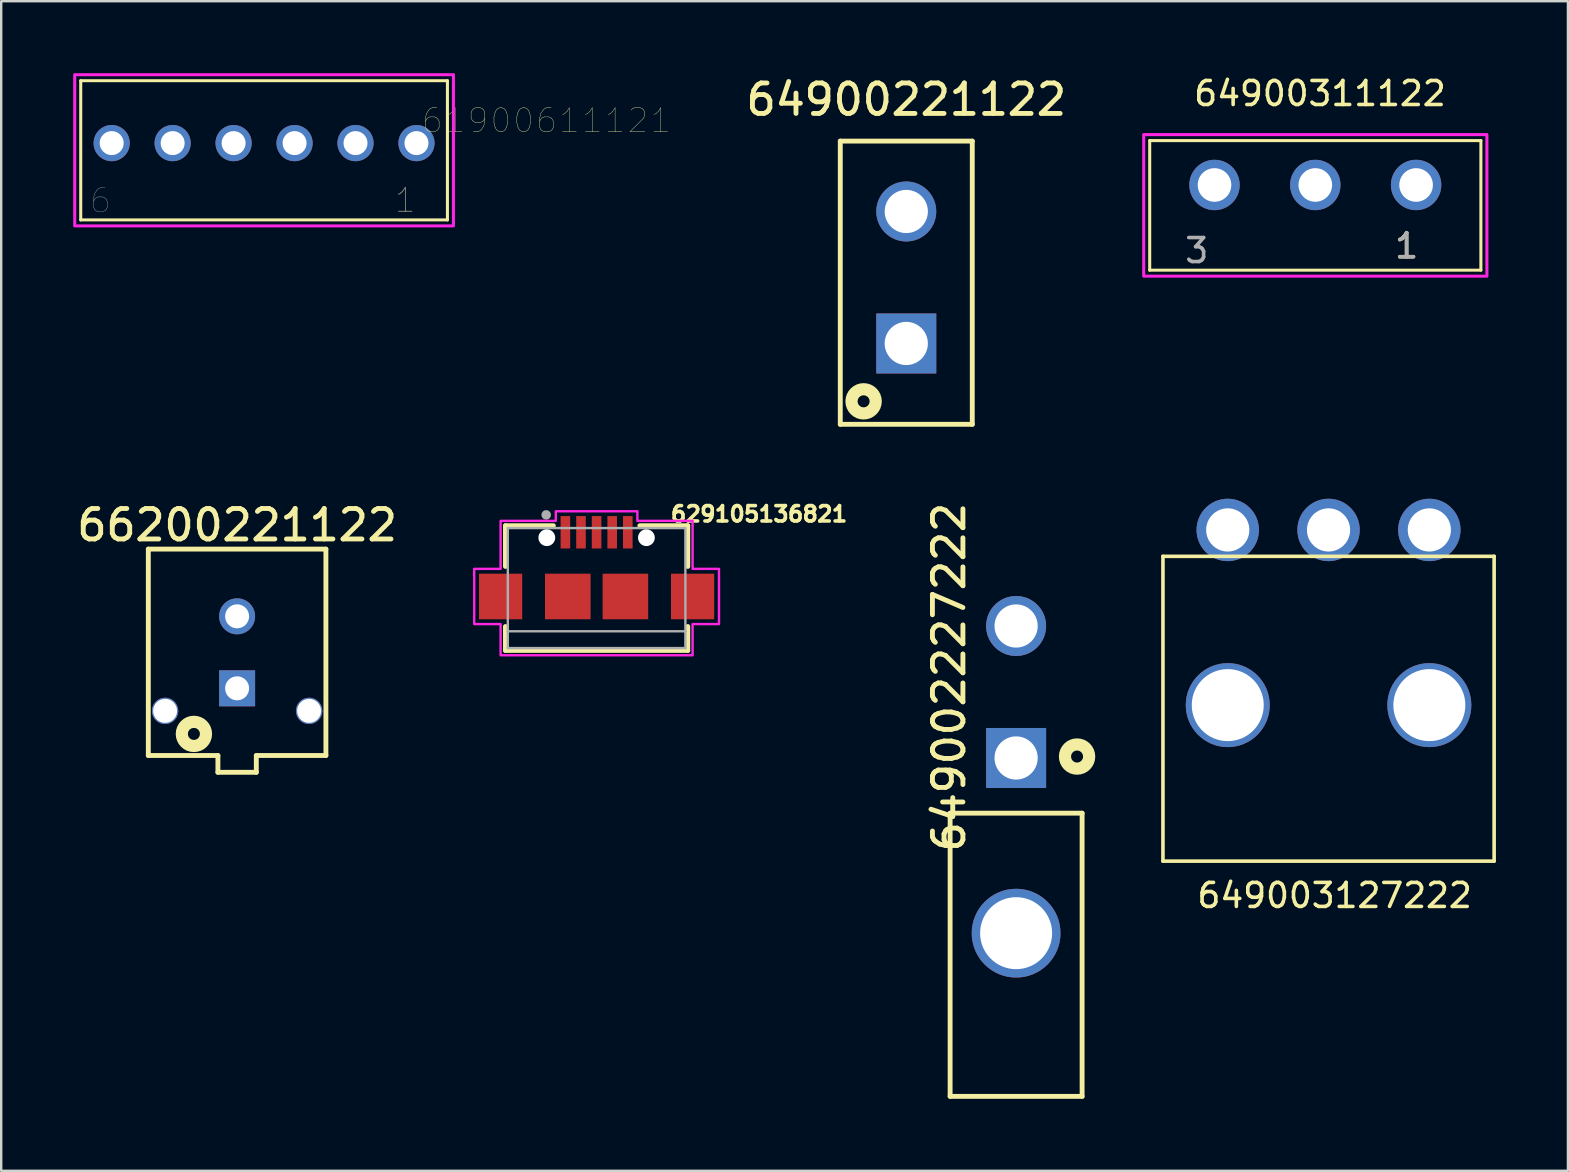
<source format=kicad_pcb>
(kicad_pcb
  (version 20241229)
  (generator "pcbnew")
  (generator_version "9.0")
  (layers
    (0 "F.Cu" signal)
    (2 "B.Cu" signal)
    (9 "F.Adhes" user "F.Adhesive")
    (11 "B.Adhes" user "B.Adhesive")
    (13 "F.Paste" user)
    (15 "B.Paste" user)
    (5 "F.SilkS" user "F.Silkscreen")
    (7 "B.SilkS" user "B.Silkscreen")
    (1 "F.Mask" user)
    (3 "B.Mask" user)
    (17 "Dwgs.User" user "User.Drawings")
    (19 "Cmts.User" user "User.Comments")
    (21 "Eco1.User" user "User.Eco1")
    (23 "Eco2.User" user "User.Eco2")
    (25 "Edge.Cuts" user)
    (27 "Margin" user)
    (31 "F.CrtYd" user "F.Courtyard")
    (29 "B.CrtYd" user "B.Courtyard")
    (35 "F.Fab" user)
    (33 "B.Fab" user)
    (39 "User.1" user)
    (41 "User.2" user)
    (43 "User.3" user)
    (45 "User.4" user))
  (footprint "64900311122"
    (layer "F.Cu")
    (at 51.758 4.658)
    (property "Reference" "64900311122" (at 0.195 -3.81 0) (layer "F.SilkS") (effects (font (size 1 1) (thickness 0.15))))
    (attr through_hole)
    (fp_line (start -6.9 -1.85) (end 6.9 -1.85) (stroke (width 0.127) (type solid)) (layer "F.SilkS"))
    (fp_line (start -6.9 3.55) (end -6.9 -1.85) (stroke (width 0.127) (type solid)) (layer "F.SilkS"))
    (fp_line (start 6.9 -1.85) (end 6.9 3.55) (stroke (width 0.127) (type solid)) (layer "F.SilkS"))
    (fp_line (start 6.9 3.55) (end -6.9 3.55) (stroke (width 0.127) (type solid)) (layer "F.SilkS"))
    (fp_poly (pts (xy -7.15 -2.1) (xy 7.15 -2.1) (xy 7.15 3.8) (xy -7.15 3.8)) (stroke (width 0.127) (type solid)) (fill no) (layer "F.CrtYd"))
    (fp_text user "1" (at 3.805 2.535 0) (layer "F.SilkS") (effects (font (size 1 1) (thickness 0.15))))
    (fp_text user "1" (at 3.805 2.535 0) (layer "F.Fab") (effects (font (size 1 1) (thickness 0.15))))
    (fp_text user "3" (at -4.94 2.735 0) (layer "F.Fab") (effects (font (size 1 1) (thickness 0.15))))
    (pad "1" thru_hole circle (at 4.2 0) (size 2.1 2.1) (drill 1.4) (layers "*.Cu" "*.Mask"))
    (pad "2" thru_hole circle (at 0 0) (size 2.1 2.1) (drill 1.4) (layers "*.Cu" "*.Mask"))
    (pad "3" thru_hole circle (at -4.2 0) (size 2.1 2.1) (drill 1.4) (layers "*.Cu" "*.Mask")))
  (footprint "649003127222"
    (layer "F.Cu")
    (at 52.31 19.032)
    (property "Reference" "649003127222" (at 0.254 15.232 0) (layer "F.SilkS") (effects (font (size 1 1) (thickness 0.15))))
    (attr through_hole)
    (fp_line (start -6.9 1.1) (end -6.9 13.8) (stroke (width 0.15) (type solid)) (layer "F.SilkS"))
    (fp_line (start -6.9 1.1) (end 6.9 1.1) (stroke (width 0.15) (type solid)) (layer "F.SilkS"))
    (fp_line (start -6.9 13.8) (end 6.9 13.8) (stroke (width 0.15) (type solid)) (layer "F.SilkS"))
    (fp_line (start 6.9 1.1) (end 6.9 13.8) (stroke (width 0.15) (type solid)) (layer "F.SilkS"))
    (pad "" np_thru_hole circle (at -4.2 7.3) (size 3.5 3.5) (drill 3) (layers "*.Cu" "*.Mask"))
    (pad "" np_thru_hole circle (at 4.2 7.3) (size 3.5 3.5) (drill 3) (layers "*.Cu" "*.Mask"))
    (pad "1" thru_hole circle (at 4.2 0) (size 2.6 2.6) (drill 1.8) (layers "*.Cu" "*.Mask"))
    (pad "2" thru_hole circle (at 0 0) (size 2.6 2.6) (drill 1.8) (layers "*.Cu" "*.Mask"))
    (pad "3" thru_hole circle (at -4.2 0) (size 2.6 2.6) (drill 1.8) (layers "*.Cu" "*.Mask")))
  (footprint "649002227222"
    (layer "F.Cu")
    (at 39.291 35.835)
    (property "Reference" "649002227222" (at -2.794 -10.668 90) (layer "F.SilkS") (effects (font (size 1.27 1.27) (thickness 0.203))))
    (attr through_hole)
    (fp_line (start -2.75 -5) (end -2.75 6.8) (stroke (width 0.203) (type solid)) (layer "F.SilkS"))
    (fp_line (start -2.75 -5) (end 2.75 -5) (stroke (width 0.203) (type solid)) (layer "F.SilkS"))
    (fp_line (start -2.75 6.8) (end 2.75 6.8) (stroke (width 0.203) (type solid)) (layer "F.SilkS"))
    (fp_line (start 2.75 -5) (end 2.75 6.8) (stroke (width 0.203) (type solid)) (layer "F.SilkS"))
    (fp_circle (center 2.54 -7.36) (end 2.78 -7.43) (stroke (width 0.508) (type solid)) (fill no) (layer "F.SilkS"))
    (pad "1" thru_hole rect (at 0 -7.3) (size 2.5 2.5) (drill 1.8) (layers "*.Cu" "*.Mask"))
    (pad "2" thru_hole circle (at 0 -12.8) (size 2.5 2.5) (drill 1.8) (layers "*.Cu" "*.Mask"))
    (pad "3" thru_hole circle (at 0 0) (size 3.7 3.7) (drill 3) (layers "*.Cu" "*.Mask")))
  (footprint "66200221122"
    (layer "F.Cu")
    (at 6.83 22.632)
    (property "Reference" "66200221122" (at 0 -3.8 0) (layer "F.SilkS") (effects (font (size 1.27 1.27) (thickness 0.203))))
    (attr through_hole)
    (fp_line (start -3.7 -2.8) (end -3.7 5.8) (stroke (width 0.203) (type solid)) (layer "F.SilkS"))
    (fp_line (start -3.7 -2.8) (end 3.7 -2.8) (stroke (width 0.203) (type solid)) (layer "F.SilkS"))
    (fp_line (start -3.7 5.8) (end -0.8 5.8) (stroke (width 0.203) (type solid)) (layer "F.SilkS"))
    (fp_line (start -0.8 6.5) (end -0.8 5.8) (stroke (width 0.203) (type solid)) (layer "F.SilkS"))
    (fp_line (start -0.8 6.5) (end 0.8 6.5) (stroke (width 0.203) (type solid)) (layer "F.SilkS"))
    (fp_line (start 0.8 5.8) (end 3.7 5.8) (stroke (width 0.203) (type solid)) (layer "F.SilkS"))
    (fp_line (start 0.8 6.5) (end 0.8 5.8) (stroke (width 0.203) (type solid)) (layer "F.SilkS"))
    (fp_line (start 3.7 -2.8) (end 3.7 5.8) (stroke (width 0.203) (type solid)) (layer "F.SilkS"))
    (fp_circle (center -1.8 4.9) (end -1.56 4.83) (stroke (width 0.508) (type solid)) (fill no) (layer "F.SilkS"))
    (pad "" np_thru_hole circle (at -3 3.94) (size 1.1 1.1) (drill 1) (layers "*.Cu" "*.Mask"))
    (pad "" np_thru_hole circle (at 3 3.94) (size 1.1 1.1) (drill 1) (layers "*.Cu" "*.Mask"))
    (pad "1" thru_hole rect (at 0 3) (size 1.5 1.5) (drill 1) (layers "*.Cu" "*.Mask"))
    (pad "2" thru_hole circle (at 0 0) (size 1.5 1.5) (drill 1) (layers "*.Cu" "*.Mask")))
  (footprint "64900221122"
    (layer "F.Cu")
    (at 34.714 8.402)
    (property "Reference" "64900221122" (at 0 -7.303 0) (layer "F.SilkS") (effects (font (size 1.27 1.27) (thickness 0.203))))
    (attr through_hole)
    (fp_line (start -2.75 -5.572) (end -2.75 6.229) (stroke (width 0.203) (type solid)) (layer "F.SilkS"))
    (fp_line (start -2.75 -5.572) (end 2.75 -5.572) (stroke (width 0.203) (type solid)) (layer "F.SilkS"))
    (fp_line (start -2.75 6.229) (end 2.75 6.229) (stroke (width 0.203) (type solid)) (layer "F.SilkS"))
    (fp_line (start 2.75 -5.572) (end 2.75 6.229) (stroke (width 0.203) (type solid)) (layer "F.SilkS"))
    (fp_circle (center -1.778 5.271) (end -1.538 5.2) (stroke (width 0.508) (type solid)) (fill no) (layer "F.SilkS"))
    (pad "1" thru_hole rect (at 0 2.86) (size 2.5 2.5) (drill 1.8) (layers "*.Cu" "*.Mask"))
    (pad "2" thru_hole circle (at 0 -2.64) (size 2.5 2.5) (drill 1.8) (layers "*.Cu" "*.Mask")))
  (footprint "629105136821"
    (layer "F.Cu")
    (at 21.81 21.455)
    (property "Reference" "629105136821" (at 6.769 -3.085 0) (layer "F.SilkS") (effects (font (size 0.64 0.64) (thickness 0.15))))
    (attr smd)
    (fp_line (start -3.8 -2.6) (end -3.8 -0.9) (stroke (width 0.2) (type solid)) (layer "F.SilkS"))
    (fp_line (start -3.8 1.6) (end -3.8 2.6) (stroke (width 0.2) (type solid)) (layer "F.SilkS"))
    (fp_line (start -3.8 2.6) (end 3.8 2.6) (stroke (width 0.2) (type solid)) (layer "F.SilkS"))
    (fp_line (start -1.8 -2.6) (end -3.8 -2.6) (stroke (width 0.2) (type solid)) (layer "F.SilkS"))
    (fp_line (start 1.8 -2.6) (end 3.8 -2.6) (stroke (width 0.2) (type solid)) (layer "F.SilkS"))
    (fp_line (start 3.8 -2.6) (end 3.8 -0.9) (stroke (width 0.2) (type solid)) (layer "F.SilkS"))
    (fp_line (start 3.8 2.6) (end 3.8 1.6) (stroke (width 0.2) (type solid)) (layer "F.SilkS"))
    (fp_poly (pts (xy -1.7 -3.2) (xy 1.7 -3.2) (xy 1.7 -2.8) (xy 4 -2.8) (xy 4 -0.8) (xy 5.1 -0.8) (xy 5.1 1.5) (xy 4 1.5) (xy 4 2.8) (xy -4 2.8) (xy -4 1.5) (xy -5.1 1.5) (xy -5.1 -0.8) (xy -4 -0.8) (xy -4 -2.8) (xy -1.7 -2.8)) (stroke (width 0.1) (type solid)) (fill no) (layer "F.CrtYd"))
    (fp_line (start -3.7 -2.5) (end 3.7 -2.5) (stroke (width 0.1) (type solid)) (layer "F.Fab"))
    (fp_line (start -3.7 1.8) (end -3.7 -2.5) (stroke (width 0.1) (type solid)) (layer "F.Fab"))
    (fp_line (start -3.7 1.8) (end 3.7 1.8) (stroke (width 0.1) (type solid)) (layer "F.Fab"))
    (fp_line (start -3.7 2.5) (end -3.7 1.8) (stroke (width 0.1) (type solid)) (layer "F.Fab"))
    (fp_line (start 3.7 -2.5) (end 3.7 1.8) (stroke (width 0.1) (type solid)) (layer "F.Fab"))
    (fp_line (start 3.7 1.8) (end 3.7 2.5) (stroke (width 0.1) (type solid)) (layer "F.Fab"))
    (fp_line (start 3.7 2.5) (end -3.7 2.5) (stroke (width 0.1) (type solid)) (layer "F.Fab"))
    (fp_circle (center -2.1 -3.05) (end -2 -3.05) (stroke (width 0.2) (type solid)) (fill no) (layer "F.Fab"))
    (pad "" np_thru_hole circle (at -2.075 -2.1) (size 0.7 0.7) (drill 0.7) (layers "*.Cu" "*.Mask"))
    (pad "" np_thru_hole circle (at 2.075 -2.1) (size 0.7 0.7) (drill 0.7) (layers "*.Cu" "*.Mask"))
    (pad "1" smd rect (at -1.3 -2.325) (size 0.4 1.35) (layers "F.Cu" "F.Mask" "F.Paste"))
    (pad "2" smd rect (at -0.65 -2.325) (size 0.4 1.35) (layers "F.Cu" "F.Mask" "F.Paste"))
    (pad "3" smd rect (at 0 -2.325) (size 0.4 1.35) (layers "F.Cu" "F.Mask" "F.Paste"))
    (pad "4" smd rect (at 0.65 -2.325) (size 0.4 1.35) (layers "F.Cu" "F.Mask" "F.Paste"))
    (pad "5" smd rect (at 1.3 -2.325) (size 0.4 1.35) (layers "F.Cu" "F.Mask" "F.Paste"))
    (pad "S1" smd rect (at -4 0.35) (size 1.8 1.9) (layers "F.Cu" "F.Mask" "F.Paste"))
    (pad "S2" smd rect (at -1.2 0.35) (size 1.9 1.9) (layers "F.Cu" "F.Mask" "F.Paste"))
    (pad "S3" smd rect (at 1.2 0.35) (size 1.9 1.9) (layers "F.Cu" "F.Mask" "F.Paste"))
    (pad "S4" smd rect (at 4 0.35) (size 1.8 1.9) (layers "F.Cu" "F.Mask" "F.Paste")))
  (footprint "61900611121"
    (layer "F.Cu")
    (at 7.954 2.913)
    (property "Reference" "61900611121" (at 11.77 -0.935 0) (layer "F.SilkS") (effects (font (size 1 1) (thickness 0.015))))
    (attr through_hole)
    (fp_line (start -7.64 -2.6) (end 7.64 -2.6) (stroke (width 0.127) (type solid)) (layer "F.SilkS"))
    (fp_line (start -7.64 3.2) (end -7.64 -2.6) (stroke (width 0.127) (type solid)) (layer "F.SilkS"))
    (fp_line (start 7.64 -2.6) (end 7.64 3.2) (stroke (width 0.127) (type solid)) (layer "F.SilkS"))
    (fp_line (start 7.64 3.2) (end -7.64 3.2) (stroke (width 0.127) (type solid)) (layer "F.SilkS"))
    (fp_poly (pts (xy -7.89 -2.85) (xy 7.89 -2.85) (xy 7.89 3.45) (xy -7.89 3.45)) (stroke (width 0.127) (type solid)) (fill no) (layer "F.CrtYd"))
    (fp_text user "1" (at 5.88 2.4 0) (layer "F.SilkS") (effects (font (size 1 1) (thickness 0.015))))
    (fp_text user "1" (at 5.88 2.37 0) (layer "F.Fab") (effects (font (size 1 1) (thickness 0.015))))
    (fp_text user "6" (at -6.82 2.4 0) (layer "F.Fab") (effects (font (size 1 1) (thickness 0.015))))
    (pad "1" thru_hole circle (at 6.35 0) (size 1.508 1.508) (drill 1) (layers "*.Cu" "*.Mask"))
    (pad "2" thru_hole circle (at 3.81 0) (size 1.508 1.508) (drill 1) (layers "*.Cu" "*.Mask"))
    (pad "3" thru_hole circle (at 1.27 0) (size 1.508 1.508) (drill 1) (layers "*.Cu" "*.Mask"))
    (pad "4" thru_hole circle (at -1.27 0) (size 1.508 1.508) (drill 1) (layers "*.Cu" "*.Mask"))
    (pad "5" thru_hole circle (at -3.81 0) (size 1.508 1.508) (drill 1) (layers "*.Cu" "*.Mask"))
    (pad "6" thru_hole circle (at -6.35 0) (size 1.508 1.508) (drill 1) (layers "*.Cu" "*.Mask")))
  (gr_rect
    (start -3 -3)
    (end 62.285 45.737)
    (stroke (width 0.1) (type default))
    (fill no)
    (layer "Edge.Cuts")))
</source>
